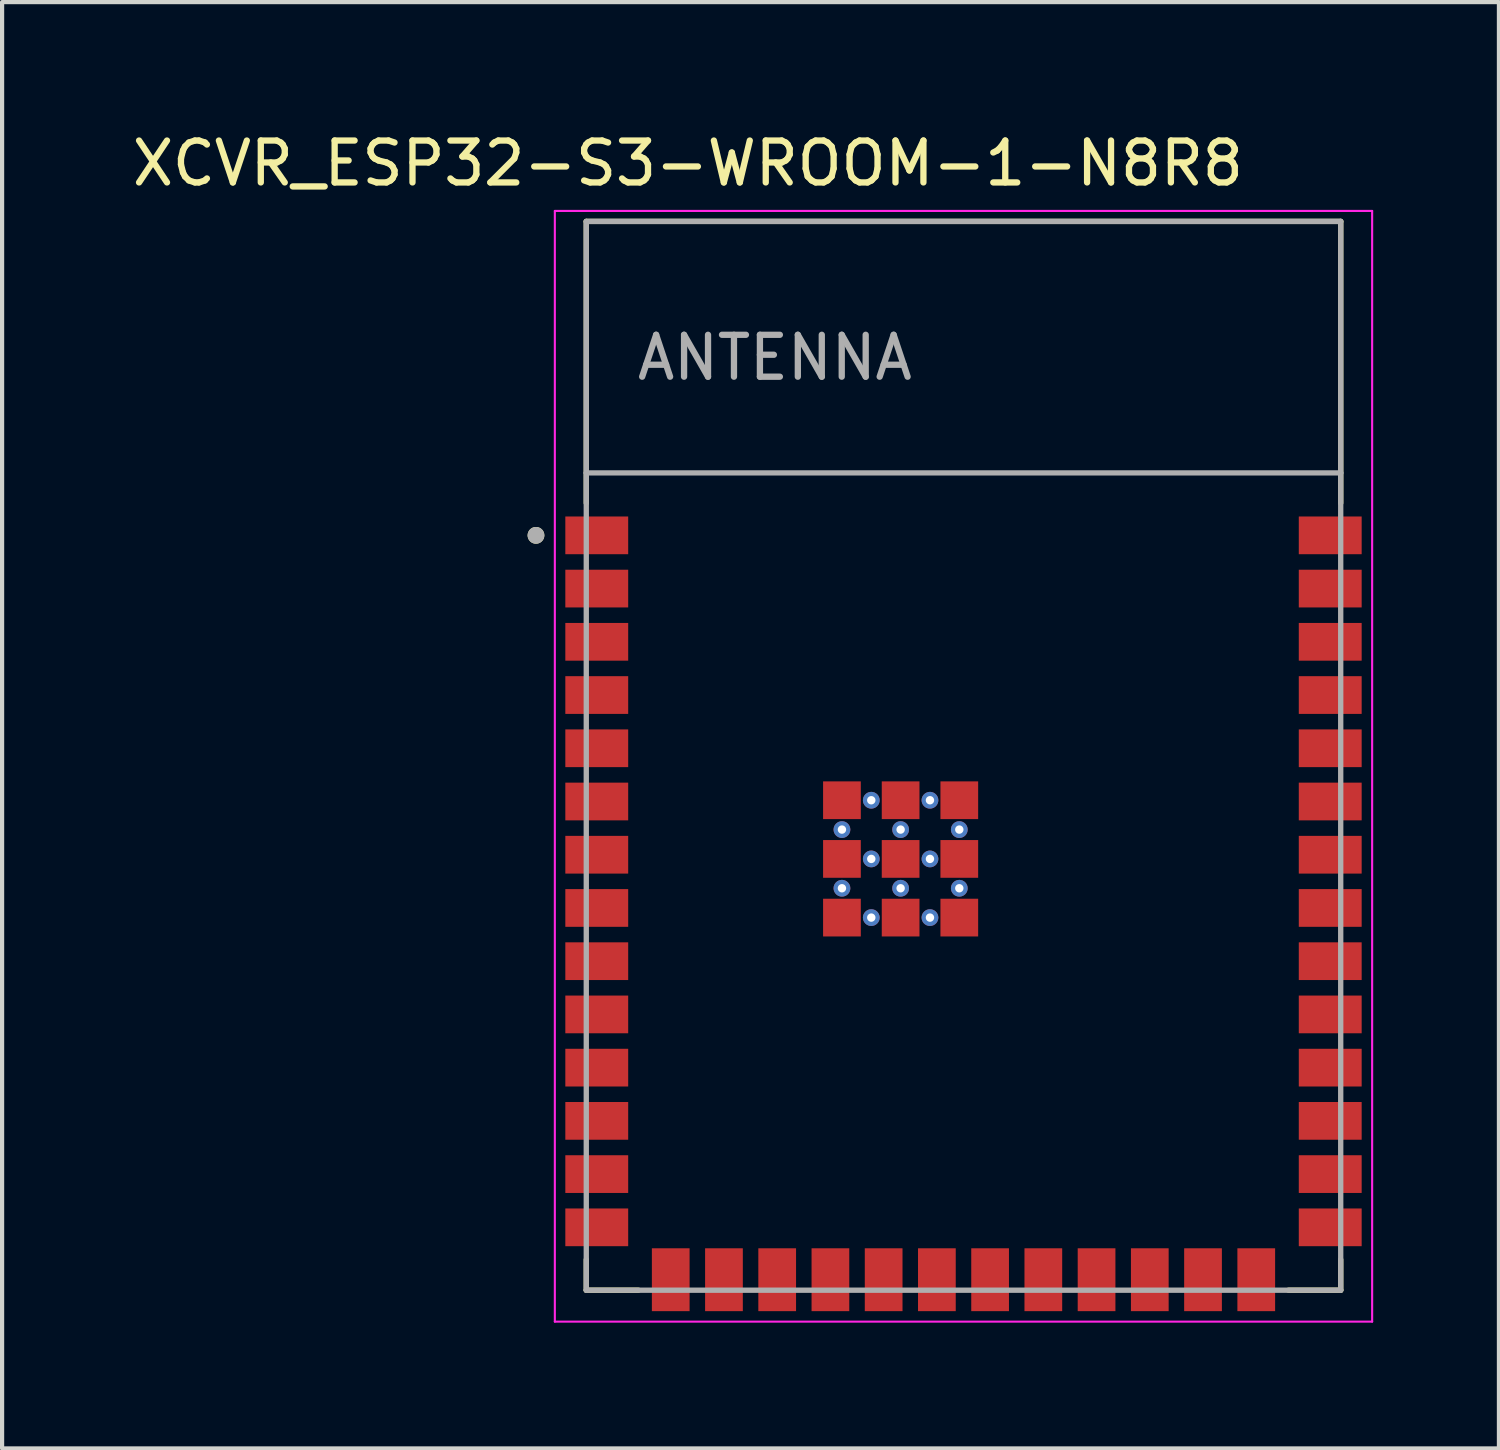
<source format=kicad_pcb>
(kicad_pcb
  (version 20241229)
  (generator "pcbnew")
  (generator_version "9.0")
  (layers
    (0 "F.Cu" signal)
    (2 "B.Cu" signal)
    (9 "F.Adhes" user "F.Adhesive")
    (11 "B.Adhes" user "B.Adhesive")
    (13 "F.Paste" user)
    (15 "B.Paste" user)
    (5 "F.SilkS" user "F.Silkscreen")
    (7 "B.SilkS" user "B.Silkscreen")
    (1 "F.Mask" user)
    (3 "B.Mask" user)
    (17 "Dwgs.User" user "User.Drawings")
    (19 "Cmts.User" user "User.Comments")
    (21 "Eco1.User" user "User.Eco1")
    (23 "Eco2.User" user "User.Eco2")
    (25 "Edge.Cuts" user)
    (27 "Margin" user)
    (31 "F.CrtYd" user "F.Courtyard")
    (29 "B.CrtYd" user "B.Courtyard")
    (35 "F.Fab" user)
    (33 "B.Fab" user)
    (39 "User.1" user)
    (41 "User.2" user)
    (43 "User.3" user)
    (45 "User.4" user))
  (footprint "XCVR_ESP32-S3-WROOM-1-N8R8"
    (layer "F.Cu")
    (at 19.938 14.983)
    (property "Reference" "XCVR_ESP32-S3-WROOM-1-N8R8" (at -6.575 -14.135 0) (layer "F.SilkS") (effects (font (size 1 1) (thickness 0.15))))
    (attr smd)
    (fp_line (start -9 -12.75) (end 9 -12.75) (stroke (width 0.127) (type solid)) (layer "F.SilkS"))
    (fp_line (start -9 -6.03) (end -9 -12.75) (stroke (width 0.127) (type solid)) (layer "F.SilkS"))
    (fp_line (start -9 12.02) (end -9 12.75) (stroke (width 0.127) (type solid)) (layer "F.SilkS"))
    (fp_line (start -9 12.75) (end -7.755 12.75) (stroke (width 0.127) (type solid)) (layer "F.SilkS"))
    (fp_line (start 9 -12.75) (end 9 -6.03) (stroke (width 0.127) (type solid)) (layer "F.SilkS"))
    (fp_line (start 9 12.02) (end 9 12.75) (stroke (width 0.127) (type solid)) (layer "F.SilkS"))
    (fp_line (start 9 12.75) (end 7.755 12.75) (stroke (width 0.127) (type solid)) (layer "F.SilkS"))
    (fp_circle (center -10.2 -5.26) (end -10.1 -5.26) (stroke (width 0.2) (type solid)) (fill no) (layer "F.SilkS"))
    (fp_line (start -9.75 -13) (end 9.75 -13) (stroke (width 0.05) (type solid)) (layer "F.CrtYd"))
    (fp_line (start -9.75 13.5) (end -9.75 -13) (stroke (width 0.05) (type solid)) (layer "F.CrtYd"))
    (fp_line (start -9.75 13.5) (end 9.75 13.5) (stroke (width 0.05) (type solid)) (layer "F.CrtYd"))
    (fp_line (start 9.75 -13) (end 9.75 13.5) (stroke (width 0.05) (type solid)) (layer "F.CrtYd"))
    (fp_line (start -9 -12.75) (end 9 -12.75) (stroke (width 0.127) (type solid)) (layer "F.Fab"))
    (fp_line (start -9 -6.75) (end -9 -12.75) (stroke (width 0.127) (type solid)) (layer "F.Fab"))
    (fp_line (start -9 -6.75) (end 9 -6.75) (stroke (width 0.127) (type solid)) (layer "F.Fab"))
    (fp_line (start -9 12.75) (end -9 -6.75) (stroke (width 0.127) (type solid)) (layer "F.Fab"))
    (fp_line (start 9 -12.75) (end 9 -6.75) (stroke (width 0.127) (type solid)) (layer "F.Fab"))
    (fp_line (start 9 -6.75) (end 9 12.75) (stroke (width 0.127) (type solid)) (layer "F.Fab"))
    (fp_line (start 9 12.75) (end -9 12.75) (stroke (width 0.127) (type solid)) (layer "F.Fab"))
    (fp_circle (center -10.2 -5.26) (end -10.1 -5.26) (stroke (width 0.2) (type solid)) (fill no) (layer "F.Fab"))
    (fp_text user "ANTENNA" (at -4.5 -9.5 0) (layer "F.Fab") (effects (font (size 1 1) (thickness 0.15))))
    (pad "1" smd rect (at -8.75 -5.26) (size 1.5 0.9) (layers "F.Cu" "F.Mask" "F.Paste"))
    (pad "2" smd rect (at -8.75 -3.99) (size 1.5 0.9) (layers "F.Cu" "F.Mask" "F.Paste"))
    (pad "3" smd rect (at -8.75 -2.72) (size 1.5 0.9) (layers "F.Cu" "F.Mask" "F.Paste"))
    (pad "4" smd rect (at -8.75 -1.45) (size 1.5 0.9) (layers "F.Cu" "F.Mask" "F.Paste"))
    (pad "5" smd rect (at -8.75 -0.18) (size 1.5 0.9) (layers "F.Cu" "F.Mask" "F.Paste"))
    (pad "6" smd rect (at -8.75 1.09) (size 1.5 0.9) (layers "F.Cu" "F.Mask" "F.Paste"))
    (pad "7" smd rect (at -8.75 2.36) (size 1.5 0.9) (layers "F.Cu" "F.Mask" "F.Paste"))
    (pad "8" smd rect (at -8.75 3.63) (size 1.5 0.9) (layers "F.Cu" "F.Mask" "F.Paste"))
    (pad "9" smd rect (at -8.75 4.9) (size 1.5 0.9) (layers "F.Cu" "F.Mask" "F.Paste"))
    (pad "10" smd rect (at -8.75 6.17) (size 1.5 0.9) (layers "F.Cu" "F.Mask" "F.Paste"))
    (pad "11" smd rect (at -8.75 7.44) (size 1.5 0.9) (layers "F.Cu" "F.Mask" "F.Paste"))
    (pad "12" smd rect (at -8.75 8.71) (size 1.5 0.9) (layers "F.Cu" "F.Mask" "F.Paste"))
    (pad "13" smd rect (at -8.75 9.98) (size 1.5 0.9) (layers "F.Cu" "F.Mask" "F.Paste"))
    (pad "14" smd rect (at -8.75 11.25) (size 1.5 0.9) (layers "F.Cu" "F.Mask" "F.Paste"))
    (pad "15" smd rect (at -6.985 12.5) (size 0.9 1.5) (layers "F.Cu" "F.Mask" "F.Paste"))
    (pad "16" smd rect (at -5.715 12.5) (size 0.9 1.5) (layers "F.Cu" "F.Mask" "F.Paste"))
    (pad "17" smd rect (at -4.445 12.5) (size 0.9 1.5) (layers "F.Cu" "F.Mask" "F.Paste"))
    (pad "18" smd rect (at -3.175 12.5) (size 0.9 1.5) (layers "F.Cu" "F.Mask" "F.Paste"))
    (pad "19" smd rect (at -1.905 12.5) (size 0.9 1.5) (layers "F.Cu" "F.Mask" "F.Paste"))
    (pad "20" smd rect (at -0.635 12.5) (size 0.9 1.5) (layers "F.Cu" "F.Mask" "F.Paste"))
    (pad "21" smd rect (at 0.635 12.5) (size 0.9 1.5) (layers "F.Cu" "F.Mask" "F.Paste"))
    (pad "22" smd rect (at 1.905 12.5) (size 0.9 1.5) (layers "F.Cu" "F.Mask" "F.Paste"))
    (pad "23" smd rect (at 3.175 12.5) (size 0.9 1.5) (layers "F.Cu" "F.Mask" "F.Paste"))
    (pad "24" smd rect (at 4.445 12.5) (size 0.9 1.5) (layers "F.Cu" "F.Mask" "F.Paste"))
    (pad "25" smd rect (at 5.715 12.5) (size 0.9 1.5) (layers "F.Cu" "F.Mask" "F.Paste"))
    (pad "26" smd rect (at 6.985 12.5) (size 0.9 1.5) (layers "F.Cu" "F.Mask" "F.Paste"))
    (pad "27" smd rect (at 8.75 11.25) (size 1.5 0.9) (layers "F.Cu" "F.Mask" "F.Paste"))
    (pad "28" smd rect (at 8.75 9.98) (size 1.5 0.9) (layers "F.Cu" "F.Mask" "F.Paste"))
    (pad "29" smd rect (at 8.75 8.71) (size 1.5 0.9) (layers "F.Cu" "F.Mask" "F.Paste"))
    (pad "30" smd rect (at 8.75 7.44) (size 1.5 0.9) (layers "F.Cu" "F.Mask" "F.Paste"))
    (pad "31" smd rect (at 8.75 6.17) (size 1.5 0.9) (layers "F.Cu" "F.Mask" "F.Paste"))
    (pad "32" smd rect (at 8.75 4.9) (size 1.5 0.9) (layers "F.Cu" "F.Mask" "F.Paste"))
    (pad "33" smd rect (at 8.75 3.63) (size 1.5 0.9) (layers "F.Cu" "F.Mask" "F.Paste"))
    (pad "34" smd rect (at 8.75 2.36) (size 1.5 0.9) (layers "F.Cu" "F.Mask" "F.Paste"))
    (pad "35" smd rect (at 8.75 1.09) (size 1.5 0.9) (layers "F.Cu" "F.Mask" "F.Paste"))
    (pad "36" smd rect (at 8.75 -0.18) (size 1.5 0.9) (layers "F.Cu" "F.Mask" "F.Paste"))
    (pad "37" smd rect (at 8.75 -1.45) (size 1.5 0.9) (layers "F.Cu" "F.Mask" "F.Paste"))
    (pad "38" smd rect (at 8.75 -2.72) (size 1.5 0.9) (layers "F.Cu" "F.Mask" "F.Paste"))
    (pad "39" smd rect (at 8.75 -3.99) (size 1.5 0.9) (layers "F.Cu" "F.Mask" "F.Paste"))
    (pad "40" smd rect (at 8.75 -5.26) (size 1.5 0.9) (layers "F.Cu" "F.Mask" "F.Paste"))
    (pad "41_1" smd rect (at -1.5 2.46) (size 0.9 0.9) (layers "F.Cu" "F.Mask" "F.Paste"))
    (pad "41_2" smd rect (at -2.9 2.46) (size 0.9 0.9) (layers "F.Cu" "F.Mask" "F.Paste"))
    (pad "41_3" smd rect (at -0.1 2.46) (size 0.9 0.9) (layers "F.Cu" "F.Mask" "F.Paste"))
    (pad "41_4" smd rect (at -2.9 3.86) (size 0.9 0.9) (layers "F.Cu" "F.Mask" "F.Paste"))
    (pad "41_5" smd rect (at -1.5 3.86) (size 0.9 0.9) (layers "F.Cu" "F.Mask" "F.Paste"))
    (pad "41_6" smd rect (at -0.1 3.86) (size 0.9 0.9) (layers "F.Cu" "F.Mask" "F.Paste"))
    (pad "41_7" smd rect (at -2.9 1.06) (size 0.9 0.9) (layers "F.Cu" "F.Mask" "F.Paste"))
    (pad "41_8" smd rect (at -1.5 1.06) (size 0.9 0.9) (layers "F.Cu" "F.Mask" "F.Paste"))
    (pad "41_9" smd rect (at -0.1 1.06) (size 0.9 0.9) (layers "F.Cu" "F.Mask" "F.Paste"))
    (pad "41_10" thru_hole circle (at -1.5 1.76) (size 0.4 0.4) (drill 0.2) (layers "*.Cu"))
    (pad "41_11" thru_hole circle (at -2.9 1.76) (size 0.4 0.4) (drill 0.2) (layers "*.Cu"))
    (pad "41_12" thru_hole circle (at -0.1 1.76) (size 0.4 0.4) (drill 0.2) (layers "*.Cu"))
    (pad "41_13" thru_hole circle (at -2.9 3.16) (size 0.4 0.4) (drill 0.2) (layers "*.Cu"))
    (pad "41_14" thru_hole circle (at -1.5 3.16) (size 0.4 0.4) (drill 0.2) (layers "*.Cu"))
    (pad "41_15" thru_hole circle (at -0.1 3.16) (size 0.4 0.4) (drill 0.2) (layers "*.Cu"))
    (pad "41_16" thru_hole circle (at -2.2 1.06) (size 0.4 0.4) (drill 0.2) (layers "*.Cu"))
    (pad "41_17" thru_hole circle (at -0.8 1.06) (size 0.4 0.4) (drill 0.2) (layers "*.Cu"))
    (pad "41_18" thru_hole circle (at -2.2 2.46) (size 0.4 0.4) (drill 0.2) (layers "*.Cu"))
    (pad "41_19" thru_hole circle (at -0.8 2.46) (size 0.4 0.4) (drill 0.2) (layers "*.Cu"))
    (pad "41_20" thru_hole circle (at -2.2 3.86) (size 0.4 0.4) (drill 0.2) (layers "*.Cu"))
    (pad "41_21" thru_hole circle (at -0.8 3.86) (size 0.4 0.4) (drill 0.2) (layers "*.Cu"))
    (zone (net_name "") (layer "F.Cu") (hatch full 0.508) (connect_pads) (min_thickness 0.01) (filled_areas_thickness no) (keepout (tracks not_allowed) (vias not_allowed) (pads not_allowed) (copperpour not_allowed) (footprints allowed)) (placement (enabled no)) (fill) (polygon (pts (xy 10.938 2.233) (xy 28.938 2.233) (xy 28.938 8.233) (xy 10.938 8.233))))
    (zone (net_name "") (layers "F.Cu" "B.Cu") (hatch full 0.508) (connect_pads) (min_thickness 0.01) (filled_areas_thickness no) (keepout (tracks allowed) (vias not_allowed) (pads allowed) (copperpour allowed) (footprints allowed)) (placement (enabled no)) (fill) (polygon (pts (xy 10.938 2.233) (xy 28.938 2.233) (xy 28.938 8.233) (xy 10.938 8.233))))
    (zone (net_name "") (layer "B.Cu") (hatch full 0.508) (connect_pads) (min_thickness 0.01) (filled_areas_thickness no) (keepout (tracks not_allowed) (vias not_allowed) (pads not_allowed) (copperpour not_allowed) (footprints allowed)) (placement (enabled no)) (fill) (polygon (pts (xy 10.938 2.233) (xy 28.938 2.233) (xy 28.938 8.233) (xy 10.938 8.233)))))
  (gr_rect
    (start -3 -3)
    (end 32.713 31.508)
    (stroke (width 0.1) (type default))
    (fill no)
    (layer "Edge.Cuts")))
</source>
